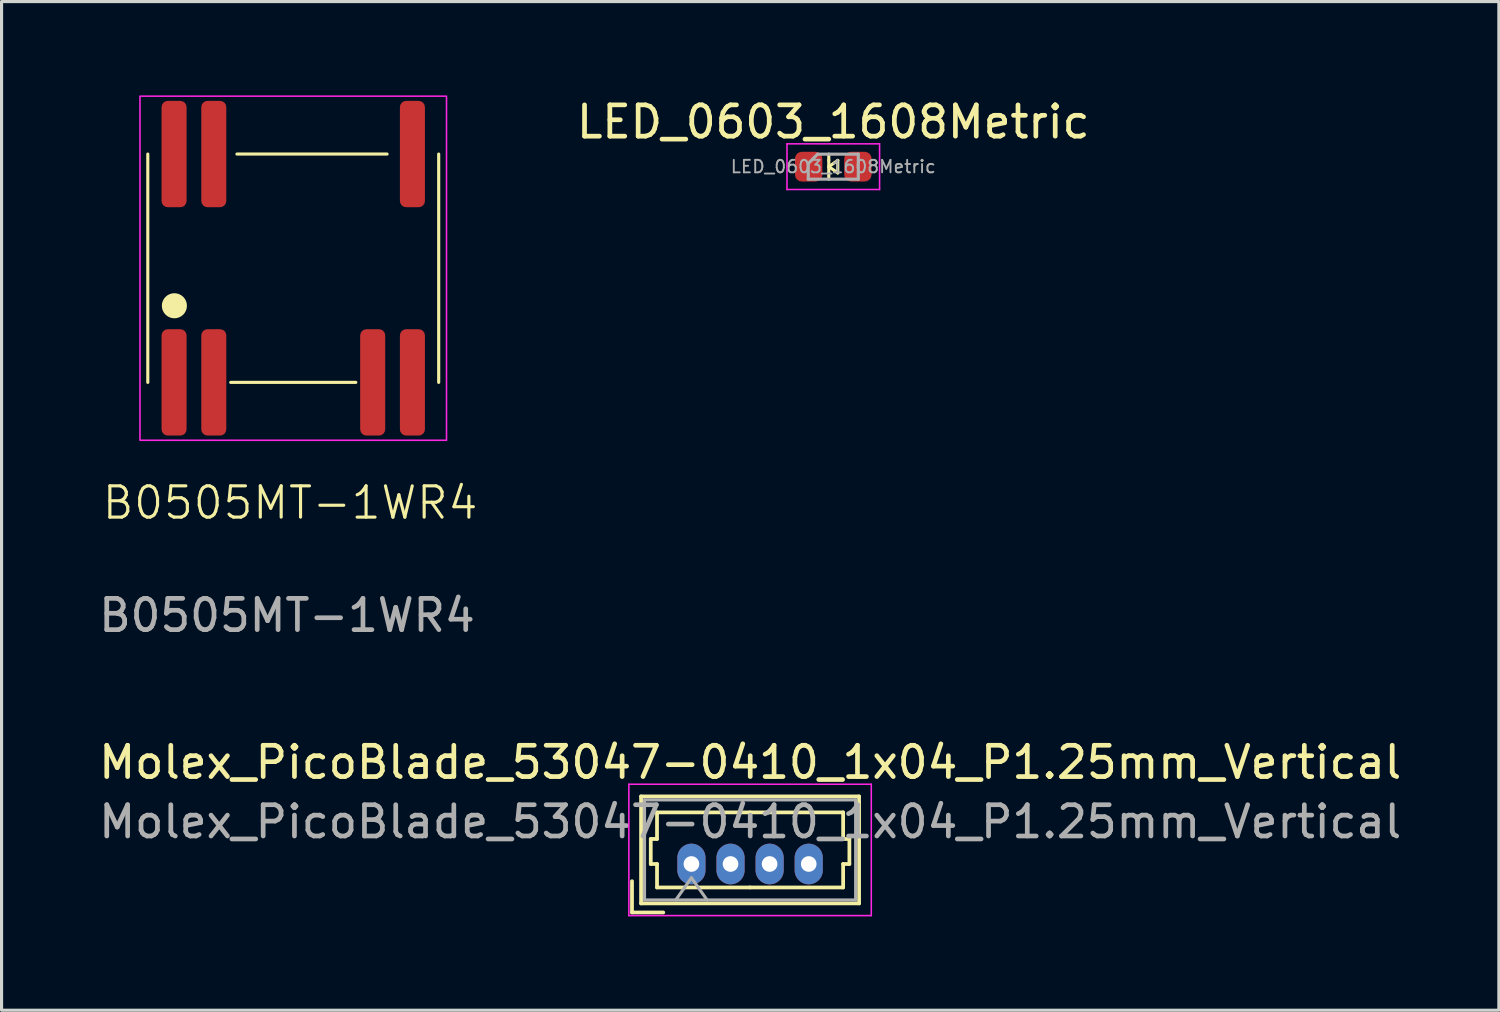
<source format=kicad_pcb>
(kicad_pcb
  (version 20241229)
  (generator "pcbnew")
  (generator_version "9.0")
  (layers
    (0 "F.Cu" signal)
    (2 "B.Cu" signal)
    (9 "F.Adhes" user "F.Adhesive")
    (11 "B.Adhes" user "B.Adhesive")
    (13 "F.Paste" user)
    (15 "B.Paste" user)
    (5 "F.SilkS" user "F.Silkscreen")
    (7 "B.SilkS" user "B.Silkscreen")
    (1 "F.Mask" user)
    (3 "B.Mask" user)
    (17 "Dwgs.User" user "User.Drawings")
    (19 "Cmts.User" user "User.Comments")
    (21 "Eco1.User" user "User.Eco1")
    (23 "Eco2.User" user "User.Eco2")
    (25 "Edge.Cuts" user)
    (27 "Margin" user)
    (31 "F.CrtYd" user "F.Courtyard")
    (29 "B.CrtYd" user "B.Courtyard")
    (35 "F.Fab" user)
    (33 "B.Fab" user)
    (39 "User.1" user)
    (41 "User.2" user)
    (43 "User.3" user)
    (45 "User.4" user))
  (footprint "B0505MT-1WR4"
    (layer "F.Cu")
    (at 6.325 5.525)
    (property "Reference" "B0505MT-1WR4" (at -0.1 7.5 0) (unlocked yes) (layer "F.SilkS") (effects (font (size 1 1) (thickness 0.1))))
    (attr smd)
    (fp_line (start -4.65 3.65) (end -4.65 -3.65) (stroke (width 0.1) (type default)) (layer "F.SilkS"))
    (fp_line (start -2 3.65) (end 2 3.65) (stroke (width 0.1) (type default)) (layer "F.SilkS"))
    (fp_line (start -1.8 -3.65) (end 3 -3.65) (stroke (width 0.1) (type default)) (layer "F.SilkS"))
    (fp_line (start 4.65 -3.65) (end 4.65 3.65) (stroke (width 0.1) (type default)) (layer "F.SilkS"))
    (fp_circle (center -3.8 1.2) (end -3.449 1.2) (stroke (width 0.1) (type solid)) (fill yes) (layer "F.SilkS"))
    (fp_rect (start -4.9 -5.5) (end 4.9 5.5) (stroke (width 0.05) (type default)) (fill no) (layer "F.CrtYd"))
    (fp_text user "${REFERENCE}" (at -0.2 11.1 0) (unlocked yes) (layer "F.Fab") (effects (font (size 1 1) (thickness 0.15))))
    (pad "1" smd roundrect (at -3.81 3.65) (size 0.8 3.4) (layers "F.Cu" "F.Mask" "F.Paste") (roundrect_rratio 0.25))
    (pad "2" smd roundrect (at -2.54 3.65) (size 0.8 3.4) (layers "F.Cu" "F.Mask" "F.Paste") (roundrect_rratio 0.25))
    (pad "6" smd roundrect (at 2.54 3.65) (size 0.8 3.4) (layers "F.Cu" "F.Mask" "F.Paste") (roundrect_rratio 0.25))
    (pad "7" smd roundrect (at 3.81 3.65) (size 0.8 3.4) (layers "F.Cu" "F.Mask" "F.Paste") (roundrect_rratio 0.25))
    (pad "8" smd roundrect (at 3.81 -3.65) (size 0.8 3.4) (layers "F.Cu" "F.Mask" "F.Paste") (roundrect_rratio 0.25))
    (pad "13" smd roundrect (at -2.54 -3.65) (size 0.8 3.4) (layers "F.Cu" "F.Mask" "F.Paste") (roundrect_rratio 0.25))
    (pad "14" smd roundrect (at -3.81 -3.65) (size 0.8 3.4) (layers "F.Cu" "F.Mask" "F.Paste") (roundrect_rratio 0.25)))
  (footprint "LED_0603_1608Metric"
    (layer "F.Cu")
    (at 23.59 2.278)
    (property "Reference" "LED_0603_1608Metric" (at 0 -1.43 0) (layer "F.SilkS") (effects (font (size 1 1) (thickness 0.15))))
    (attr smd)
    (fp_line (start -0.144 -0.4) (end -0.144 -0.2) (stroke (width 0.1) (type default)) (layer "F.SilkS"))
    (fp_line (start -0.144 -0.2) (end -0.144 0.2) (stroke (width 0.1) (type default)) (layer "F.SilkS"))
    (fp_line (start -0.144 0) (end 0.144 0.2) (stroke (width 0.1) (type default)) (layer "F.SilkS"))
    (fp_line (start -0.144 0.2) (end -0.144 0.4) (stroke (width 0.1) (type default)) (layer "F.SilkS"))
    (fp_line (start 0.144 -0.2) (end -0.144 0) (stroke (width 0.1) (type default)) (layer "F.SilkS"))
    (fp_line (start 0.144 -0.2) (end 0.144 0.2) (stroke (width 0.1) (type default)) (layer "F.SilkS"))
    (fp_line (start -1.48 -0.73) (end 1.48 -0.73) (stroke (width 0.05) (type solid)) (layer "F.CrtYd"))
    (fp_line (start -1.48 0.73) (end -1.48 -0.73) (stroke (width 0.05) (type solid)) (layer "F.CrtYd"))
    (fp_line (start 1.48 -0.73) (end 1.48 0.73) (stroke (width 0.05) (type solid)) (layer "F.CrtYd"))
    (fp_line (start 1.48 0.73) (end -1.48 0.73) (stroke (width 0.05) (type solid)) (layer "F.CrtYd"))
    (fp_line (start -0.8 -0.1) (end -0.8 0.4) (stroke (width 0.1) (type solid)) (layer "F.Fab"))
    (fp_line (start -0.8 0.4) (end 0.8 0.4) (stroke (width 0.1) (type solid)) (layer "F.Fab"))
    (fp_line (start -0.5 -0.4) (end -0.8 -0.1) (stroke (width 0.1) (type solid)) (layer "F.Fab"))
    (fp_line (start 0.8 -0.4) (end -0.5 -0.4) (stroke (width 0.1) (type solid)) (layer "F.Fab"))
    (fp_line (start 0.8 0.4) (end 0.8 -0.4) (stroke (width 0.1) (type solid)) (layer "F.Fab"))
    (fp_text user "${REFERENCE}" (at 0 0 0) (layer "F.Fab") (effects (font (size 0.4 0.4) (thickness 0.06))))
    (pad "1" smd roundrect (at -0.787 0) (size 0.875 0.95) (layers "F.Cu" "F.Mask" "F.Paste") (roundrect_rratio 0.25))
    (pad "2" smd roundrect (at 0.787 0) (size 0.875 0.95) (layers "F.Cu" "F.Mask" "F.Paste") (roundrect_rratio 0.25)))
  (footprint "Molex_PicoBlade_53047-0410_1x04_P1.25mm_Vertical"
    (layer "F.Cu")
    (at 19.055 24.572)
    (property "Reference" "Molex_PicoBlade_53047-0410_1x04_P1.25mm_Vertical" (at 1.88 -3.25 0) (layer "F.SilkS") (effects (font (size 1 1) (thickness 0.15))))
    (attr through_hole)
    (fp_line (start -1.9 1.55) (end -1.9 0.55) (stroke (width 0.12) (type solid)) (layer "F.SilkS"))
    (fp_line (start -1.9 1.55) (end -0.9 1.55) (stroke (width 0.12) (type solid)) (layer "F.SilkS"))
    (fp_line (start -1.61 -2.16) (end -1.61 1.26) (stroke (width 0.12) (type solid)) (layer "F.SilkS"))
    (fp_line (start -1.61 1.26) (end 5.36 1.26) (stroke (width 0.12) (type solid)) (layer "F.SilkS"))
    (fp_line (start -1.3 -0.8) (end -1.1 -0.8) (stroke (width 0.12) (type solid)) (layer "F.SilkS"))
    (fp_line (start -1.3 0) (end -1.3 -0.8) (stroke (width 0.12) (type solid)) (layer "F.SilkS"))
    (fp_line (start -1.1 -1.65) (end 1.875 -1.65) (stroke (width 0.12) (type solid)) (layer "F.SilkS"))
    (fp_line (start -1.1 -0.8) (end -1.1 -1.65) (stroke (width 0.12) (type solid)) (layer "F.SilkS"))
    (fp_line (start -1.1 0) (end -1.3 0) (stroke (width 0.12) (type solid)) (layer "F.SilkS"))
    (fp_line (start -1.1 0.75) (end -1.1 0) (stroke (width 0.12) (type solid)) (layer "F.SilkS"))
    (fp_line (start 1.875 0.75) (end -1.1 0.75) (stroke (width 0.12) (type solid)) (layer "F.SilkS"))
    (fp_line (start 1.875 0.75) (end 4.85 0.75) (stroke (width 0.12) (type solid)) (layer "F.SilkS"))
    (fp_line (start 4.85 -1.65) (end 1.875 -1.65) (stroke (width 0.12) (type solid)) (layer "F.SilkS"))
    (fp_line (start 4.85 -0.8) (end 4.85 -1.65) (stroke (width 0.12) (type solid)) (layer "F.SilkS"))
    (fp_line (start 4.85 0) (end 5.05 0) (stroke (width 0.12) (type solid)) (layer "F.SilkS"))
    (fp_line (start 4.85 0.75) (end 4.85 0) (stroke (width 0.12) (type solid)) (layer "F.SilkS"))
    (fp_line (start 5.05 -0.8) (end 4.85 -0.8) (stroke (width 0.12) (type solid)) (layer "F.SilkS"))
    (fp_line (start 5.05 0) (end 5.05 -0.8) (stroke (width 0.12) (type solid)) (layer "F.SilkS"))
    (fp_line (start 5.36 -2.16) (end -1.61 -2.16) (stroke (width 0.12) (type solid)) (layer "F.SilkS"))
    (fp_line (start 5.36 1.26) (end 5.36 -2.16) (stroke (width 0.12) (type solid)) (layer "F.SilkS"))
    (fp_line (start -2 -2.55) (end -2 1.65) (stroke (width 0.05) (type solid)) (layer "F.CrtYd"))
    (fp_line (start -2 1.65) (end 5.75 1.65) (stroke (width 0.05) (type solid)) (layer "F.CrtYd"))
    (fp_line (start 5.75 -2.55) (end -2 -2.55) (stroke (width 0.05) (type solid)) (layer "F.CrtYd"))
    (fp_line (start 5.75 1.65) (end 5.75 -2.55) (stroke (width 0.05) (type solid)) (layer "F.CrtYd"))
    (fp_line (start -1.5 -2.05) (end -1.5 1.15) (stroke (width 0.1) (type solid)) (layer "F.Fab"))
    (fp_line (start -1.5 1.15) (end 5.25 1.15) (stroke (width 0.1) (type solid)) (layer "F.Fab"))
    (fp_line (start -0.5 1.15) (end 0 0.443) (stroke (width 0.1) (type solid)) (layer "F.Fab"))
    (fp_line (start 0 0.443) (end 0.5 1.15) (stroke (width 0.1) (type solid)) (layer "F.Fab"))
    (fp_line (start 5.25 -2.05) (end -1.5 -2.05) (stroke (width 0.1) (type solid)) (layer "F.Fab"))
    (fp_line (start 5.25 1.15) (end 5.25 -2.05) (stroke (width 0.1) (type solid)) (layer "F.Fab"))
    (fp_text user "${REFERENCE}" (at 1.88 -1.35 0) (layer "F.Fab") (effects (font (size 1 1) (thickness 0.15))))
    (pad "1" thru_hole oval (at 0 0) (size 0.9 1.3) (drill 0.5) (layers "*.Cu" "*.Mask"))
    (pad "2" thru_hole oval (at 1.25 0) (size 0.9 1.3) (drill 0.5) (layers "*.Cu" "*.Mask"))
    (pad "3" thru_hole oval (at 2.5 0) (size 0.9 1.3) (drill 0.5) (layers "*.Cu" "*.Mask"))
    (pad "4" thru_hole oval (at 3.75 0) (size 0.9 1.3) (drill 0.5) (layers "*.Cu" "*.Mask")))
  (gr_rect
    (start -3 -3)
    (end 44.869 29.247)
    (stroke (width 0.1) (type default))
    (fill no)
    (layer "Edge.Cuts")))
</source>
